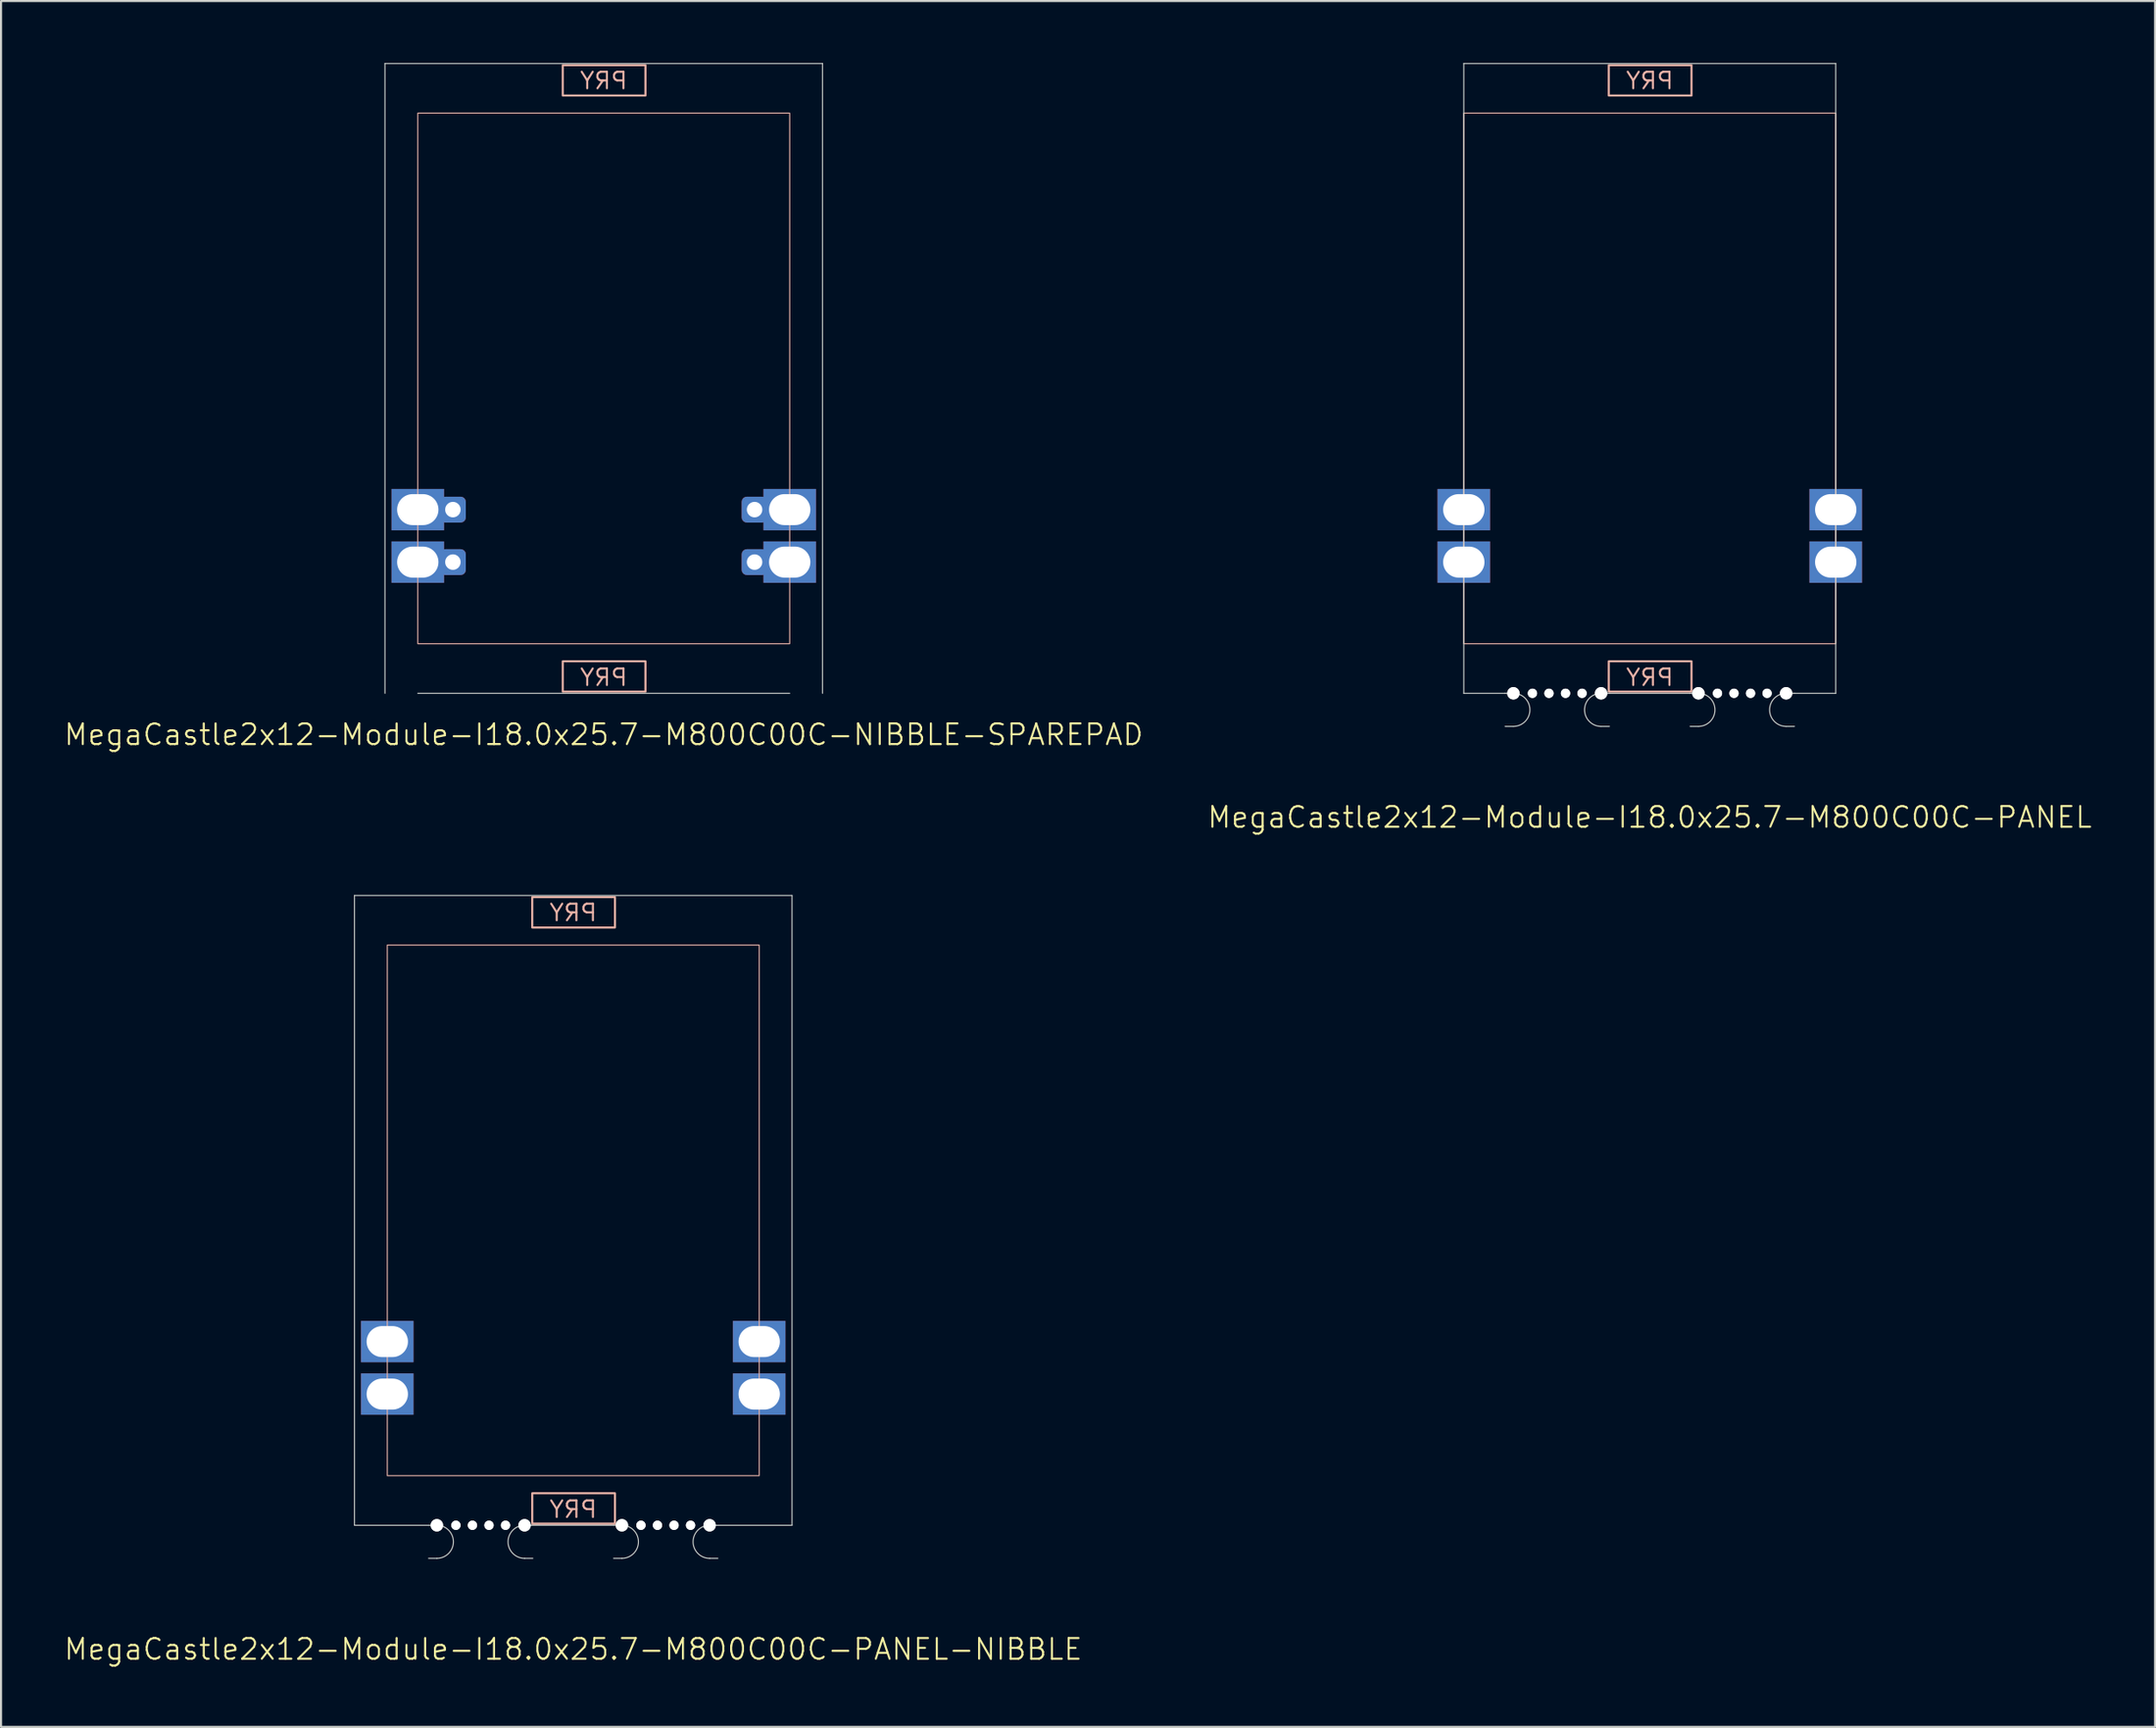
<source format=kicad_pcb>
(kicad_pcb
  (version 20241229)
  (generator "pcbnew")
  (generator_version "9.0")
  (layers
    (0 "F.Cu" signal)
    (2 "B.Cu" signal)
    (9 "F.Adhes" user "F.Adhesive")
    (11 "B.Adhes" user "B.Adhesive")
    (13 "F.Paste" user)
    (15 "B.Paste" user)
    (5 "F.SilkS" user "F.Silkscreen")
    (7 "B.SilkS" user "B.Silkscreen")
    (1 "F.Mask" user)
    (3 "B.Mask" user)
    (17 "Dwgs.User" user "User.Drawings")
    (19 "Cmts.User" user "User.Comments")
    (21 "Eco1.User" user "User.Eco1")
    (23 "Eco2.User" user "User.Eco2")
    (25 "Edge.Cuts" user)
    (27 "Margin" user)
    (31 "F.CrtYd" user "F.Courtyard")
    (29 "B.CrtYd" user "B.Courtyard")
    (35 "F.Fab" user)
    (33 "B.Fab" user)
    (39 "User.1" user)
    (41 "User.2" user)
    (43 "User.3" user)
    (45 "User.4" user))
  (footprint "MegaCastle2x12-Module-I18.0x25.7-M800C00C-PANEL-NIBBLE"
    (layer "F.Cu")
    (at 24.693 55.531)
    (property "Reference" "MegaCastle2x12-Module-I18.0x25.7-M800C00C-PANEL-NIBBLE" (at 0 21.24 0) (unlocked yes) (layer "F.SilkS") (effects (font (size 1 1) (thickness 0.1))))
    (attr smd)
    (fp_rect (start -9 12.84) (end 9 -12.84) (stroke (width 0.05) (type default)) (fill no) (layer "B.SilkS"))
    (fp_rect (start -1.984 -13.691) (end 2.02 -15.16) (stroke (width 0.1) (type default)) (fill no) (layer "B.SilkS"))
    (fp_rect (start -1.984 13.691) (end 2.02 15.16) (stroke (width 0.1) (type default)) (fill no) (layer "B.SilkS"))
    (fp_line (start -10.588 -15.24) (end -10.588 15.24) (stroke (width 0.05) (type default)) (layer "Edge.Cuts"))
    (fp_line (start -10.588 -15.24) (end 10.588 -15.24) (stroke (width 0.05) (type default)) (layer "Edge.Cuts"))
    (fp_line (start -10.588 15.24) (end -7 15.24) (stroke (width 0.05) (type default)) (layer "Edge.Cuts"))
    (fp_line (start -7 15.24) (end -6.6 15.24) (stroke (width 0.05) (type default)) (layer "Edge.Cuts"))
    (fp_line (start -7 16.84) (end -6.6 16.84) (stroke (width 0.05) (type default)) (layer "Edge.Cuts"))
    (fp_line (start -1.955 15.24) (end -2.355 15.24) (stroke (width 0.05) (type default)) (layer "Edge.Cuts"))
    (fp_line (start -1.955 15.24) (end 1.955 15.24) (stroke (width 0.05) (type default)) (layer "Edge.Cuts"))
    (fp_line (start -1.955 16.84) (end -2.355 16.84) (stroke (width 0.05) (type default)) (layer "Edge.Cuts"))
    (fp_line (start 1.955 15.24) (end 2.355 15.24) (stroke (width 0.05) (type default)) (layer "Edge.Cuts"))
    (fp_line (start 1.955 16.84) (end 2.355 16.84) (stroke (width 0.05) (type default)) (layer "Edge.Cuts"))
    (fp_line (start 7 15.24) (end 6.6 15.24) (stroke (width 0.05) (type default)) (layer "Edge.Cuts"))
    (fp_line (start 7 15.24) (end 10.588 15.24) (stroke (width 0.05) (type default)) (layer "Edge.Cuts"))
    (fp_line (start 7 16.84) (end 6.6 16.84) (stroke (width 0.05) (type default)) (layer "Edge.Cuts"))
    (fp_line (start 10.588 -15.24) (end 10.588 15.24) (stroke (width 0.05) (type default)) (layer "Edge.Cuts"))
    (fp_arc (start -6.6 15.24) (mid -5.8 16.040001) (end -6.6 16.84) (stroke (width 0.05) (type default)) (layer "Edge.Cuts"))
    (fp_arc (start -2.355 16.84) (mid -3.155 16.04) (end -2.355 15.24) (stroke (width 0.05) (type default)) (layer "Edge.Cuts"))
    (fp_arc (start 2.355 15.24) (mid 3.155 16.040001) (end 2.355 16.84) (stroke (width 0.05) (type default)) (layer "Edge.Cuts"))
    (fp_arc (start 6.6 16.84) (mid 5.8 16.04) (end 6.6 15.24) (stroke (width 0.05) (type default)) (layer "Edge.Cuts"))
    (fp_text user "PRY" (at 0 -13.94 0) (unlocked yes) (layer "B.SilkS") (effects (font (size 0.8 0.8) (thickness 0.1)) (justify bottom mirror)))
    (fp_text user "PRY" (at 0 14.94 0) (unlocked yes) (layer "B.SilkS") (effects (font (size 0.8 0.8) (thickness 0.1)) (justify bottom mirror)))
    (pad "" np_thru_hole circle (at -6.6 15.24) (size 0.6 0.6) (drill 0.6) (layers "*.Cu" "Edge.Cuts"))
    (pad "" np_thru_hole circle (at -5.678 15.24) (size 0.45 0.45) (drill 0.45) (layers "*.Cu" "Edge.Cuts"))
    (pad "" np_thru_hole circle (at -4.878 15.24) (size 0.45 0.45) (drill 0.45) (layers "*.Cu" "Edge.Cuts"))
    (pad "" np_thru_hole circle (at -4.077 15.24) (size 0.45 0.45) (drill 0.45) (layers "*.Cu" "Edge.Cuts"))
    (pad "" np_thru_hole circle (at -3.277 15.24) (size 0.45 0.45) (drill 0.45) (layers "*.Cu" "Edge.Cuts"))
    (pad "" np_thru_hole circle (at -2.355 15.24) (size 0.6 0.6) (drill 0.6) (layers "*.Cu" "Edge.Cuts"))
    (pad "" np_thru_hole circle (at 2.355 15.24) (size 0.6 0.6) (drill 0.6) (layers "*.Cu" "Edge.Cuts"))
    (pad "" np_thru_hole circle (at 3.277 15.24) (size 0.45 0.45) (drill 0.45) (layers "*.Cu" "Edge.Cuts"))
    (pad "" np_thru_hole circle (at 4.077 15.24) (size 0.45 0.45) (drill 0.45) (layers "*.Cu" "Edge.Cuts"))
    (pad "" np_thru_hole circle (at 4.878 15.24) (size 0.45 0.45) (drill 0.45) (layers "*.Cu" "Edge.Cuts"))
    (pad "" np_thru_hole circle (at 5.678 15.24) (size 0.45 0.45) (drill 0.45) (layers "*.Cu" "Edge.Cuts"))
    (pad "" np_thru_hole circle (at 6.6 15.24) (size 0.6 0.6) (drill 0.6) (layers "*.Cu" "Edge.Cuts"))
    (pad "9" thru_hole rect (at -9 6.35) (size 2.54 2) (drill oval 2 1.5) (property pad_prop_castellated) (layers "*.Cu" "*.Mask"))
    (pad "10" thru_hole rect (at -9 8.89) (size 2.54 2) (drill oval 2 1.5) (property pad_prop_castellated) (layers "*.Cu" "*.Mask"))
    (pad "21" thru_hole rect (at 9 6.35) (size 2.54 2) (drill oval 2 1.5) (property pad_prop_castellated) (layers "*.Cu" "*.Mask"))
    (pad "22" thru_hole rect (at 9 8.89) (size 2.54 2) (drill oval 2 1.5) (property pad_prop_castellated) (layers "*.Cu" "*.Mask"))
    (zone (net_name "") (layer "B.Cu") (hatch edge 0.5) (connect_pads) (min_thickness 0.25) (filled_areas_thickness no) (keepout (tracks allowed) (vias allowed) (pads allowed) (copperpour allowed) (footprints not_allowed)) (placement (enabled no)) (fill) (polygon (pts (xy 15.693 70.77) (xy 15.693 40.291))))
    (zone (net_name "") (layer "B.Cu") (hatch edge 0.5) (connect_pads) (min_thickness 0.25) (filled_areas_thickness no) (keepout (tracks allowed) (vias allowed) (pads allowed) (copperpour allowed) (footprints not_allowed)) (placement (enabled no)) (fill) (polygon (pts (xy 33.693 70.77) (xy 33.693 40.291))))
    (zone (net_name "") (layer "B.Cu") (hatch edge 0.5) (connect_pads) (min_thickness 0.25) (filled_areas_thickness no) (keepout (tracks allowed) (vias allowed) (pads allowed) (copperpour allowed) (footprints not_allowed)) (placement (enabled no)) (fill) (polygon (pts (xy 15.693 40.291) (xy 15.693 42.691) (xy 33.693 42.691) (xy 33.693 40.291))))
    (zone (net_name "") (layer "B.Cu") (hatch edge 0.5) (connect_pads) (min_thickness 0.25) (filled_areas_thickness no) (keepout (tracks allowed) (vias allowed) (pads allowed) (copperpour allowed) (footprints not_allowed)) (placement (enabled no)) (fill) (polygon (pts (xy 15.693 70.77) (xy 15.693 68.371) (xy 33.693 68.371) (xy 33.693 70.77))))
    (zone (net_name "") (layer "B.Cu") (name "Upper Pry Zone") (hatch edge 0.5) (connect_pads) (min_thickness 0.25) (filled_areas_thickness no) (keepout (tracks not_allowed) (vias not_allowed) (pads not_allowed) (copperpour allowed) (footprints not_allowed)) (placement (enabled no)) (fill) (polygon (pts (xy 22.709 41.839) (xy 22.709 40.37) (xy 26.712 40.37) (xy 26.712 41.839))))
    (zone (net_name "") (layer "B.Cu") (name "Upper Pry Zone") (hatch edge 0.5) (connect_pads) (min_thickness 0.25) (filled_areas_thickness no) (keepout (tracks not_allowed) (vias not_allowed) (pads not_allowed) (copperpour allowed) (footprints not_allowed)) (placement (enabled no)) (fill) (polygon (pts (xy 22.709 69.222) (xy 22.709 70.691) (xy 26.712 70.691) (xy 26.712 69.222)))))
  (footprint "MegaCastle2x12-Module-I18.0x25.7-M800C00C-PANEL"
    (layer "F.Cu")
    (at 76.793 15.265)
    (property "Reference" "MegaCastle2x12-Module-I18.0x25.7-M800C00C-PANEL" (at 0 21.24 0) (unlocked yes) (layer "F.SilkS") (effects (font (size 1 1) (thickness 0.1))))
    (attr smd)
    (fp_rect (start -9 12.84) (end 9 -12.84) (stroke (width 0.05) (type default)) (fill no) (layer "B.SilkS"))
    (fp_rect (start -1.984 -13.691) (end 2.02 -15.16) (stroke (width 0.1) (type default)) (fill no) (layer "B.SilkS"))
    (fp_rect (start -1.984 13.691) (end 2.02 15.16) (stroke (width 0.1) (type default)) (fill no) (layer "B.SilkS"))
    (fp_line (start -9 -15.24) (end -9 15.24) (stroke (width 0.05) (type default)) (layer "Edge.Cuts"))
    (fp_line (start -9 -15.24) (end 9 -15.24) (stroke (width 0.05) (type default)) (layer "Edge.Cuts"))
    (fp_line (start -9 15.24) (end -7 15.24) (stroke (width 0.05) (type default)) (layer "Edge.Cuts"))
    (fp_line (start -7 15.24) (end -6.6 15.24) (stroke (width 0.05) (type default)) (layer "Edge.Cuts"))
    (fp_line (start -7 16.84) (end -6.6 16.84) (stroke (width 0.05) (type default)) (layer "Edge.Cuts"))
    (fp_line (start -1.955 15.24) (end -2.355 15.24) (stroke (width 0.05) (type default)) (layer "Edge.Cuts"))
    (fp_line (start -1.955 15.24) (end 1.955 15.24) (stroke (width 0.05) (type default)) (layer "Edge.Cuts"))
    (fp_line (start -1.955 16.84) (end -2.355 16.84) (stroke (width 0.05) (type default)) (layer "Edge.Cuts"))
    (fp_line (start 1.955 15.24) (end 2.355 15.24) (stroke (width 0.05) (type default)) (layer "Edge.Cuts"))
    (fp_line (start 1.955 16.84) (end 2.355 16.84) (stroke (width 0.05) (type default)) (layer "Edge.Cuts"))
    (fp_line (start 7 15.24) (end 6.6 15.24) (stroke (width 0.05) (type default)) (layer "Edge.Cuts"))
    (fp_line (start 7 15.24) (end 9 15.24) (stroke (width 0.05) (type default)) (layer "Edge.Cuts"))
    (fp_line (start 7 16.84) (end 6.6 16.84) (stroke (width 0.05) (type default)) (layer "Edge.Cuts"))
    (fp_line (start 9 -15.24) (end 9 15.24) (stroke (width 0.05) (type default)) (layer "Edge.Cuts"))
    (fp_arc (start -6.6 15.24) (mid -5.8 16.040001) (end -6.6 16.84) (stroke (width 0.05) (type default)) (layer "Edge.Cuts"))
    (fp_arc (start -2.355 16.84) (mid -3.155 16.04) (end -2.355 15.24) (stroke (width 0.05) (type default)) (layer "Edge.Cuts"))
    (fp_arc (start 2.355 15.24) (mid 3.155 16.040001) (end 2.355 16.84) (stroke (width 0.05) (type default)) (layer "Edge.Cuts"))
    (fp_arc (start 6.6 16.84) (mid 5.8 16.04) (end 6.6 15.24) (stroke (width 0.05) (type default)) (layer "Edge.Cuts"))
    (fp_text user "PRY" (at 0 -13.94 0) (unlocked yes) (layer "B.SilkS") (effects (font (size 0.8 0.8) (thickness 0.1)) (justify bottom mirror)))
    (fp_text user "PRY" (at 0 14.94 0) (unlocked yes) (layer "B.SilkS") (effects (font (size 0.8 0.8) (thickness 0.1)) (justify bottom mirror)))
    (pad "" np_thru_hole circle (at -6.6 15.24) (size 0.6 0.6) (drill 0.6) (layers "*.Cu" "Edge.Cuts"))
    (pad "" np_thru_hole circle (at -5.678 15.24) (size 0.45 0.45) (drill 0.45) (layers "*.Cu" "Edge.Cuts"))
    (pad "" np_thru_hole circle (at -4.878 15.24) (size 0.45 0.45) (drill 0.45) (layers "*.Cu" "Edge.Cuts"))
    (pad "" np_thru_hole circle (at -4.077 15.24) (size 0.45 0.45) (drill 0.45) (layers "*.Cu" "Edge.Cuts"))
    (pad "" np_thru_hole circle (at -3.277 15.24) (size 0.45 0.45) (drill 0.45) (layers "*.Cu" "Edge.Cuts"))
    (pad "" np_thru_hole circle (at -2.355 15.24) (size 0.6 0.6) (drill 0.6) (layers "*.Cu" "Edge.Cuts"))
    (pad "" np_thru_hole circle (at 2.355 15.24) (size 0.6 0.6) (drill 0.6) (layers "*.Cu" "Edge.Cuts"))
    (pad "" np_thru_hole circle (at 3.277 15.24) (size 0.45 0.45) (drill 0.45) (layers "*.Cu" "Edge.Cuts"))
    (pad "" np_thru_hole circle (at 4.077 15.24) (size 0.45 0.45) (drill 0.45) (layers "*.Cu" "Edge.Cuts"))
    (pad "" np_thru_hole circle (at 4.878 15.24) (size 0.45 0.45) (drill 0.45) (layers "*.Cu" "Edge.Cuts"))
    (pad "" np_thru_hole circle (at 5.678 15.24) (size 0.45 0.45) (drill 0.45) (layers "*.Cu" "Edge.Cuts"))
    (pad "" np_thru_hole circle (at 6.6 15.24) (size 0.6 0.6) (drill 0.6) (layers "*.Cu" "Edge.Cuts"))
    (pad "9" thru_hole rect (at -9 6.35) (size 2.54 2) (drill oval 2 1.5) (property pad_prop_castellated) (layers "*.Cu" "*.Mask"))
    (pad "10" thru_hole rect (at -9 8.89) (size 2.54 2) (drill oval 2 1.5) (property pad_prop_castellated) (layers "*.Cu" "*.Mask"))
    (pad "21" thru_hole rect (at 9 6.35) (size 2.54 2) (drill oval 2 1.5) (property pad_prop_castellated) (layers "*.Cu" "*.Mask"))
    (pad "22" thru_hole rect (at 9 8.89) (size 2.54 2) (drill oval 2 1.5) (property pad_prop_castellated) (layers "*.Cu" "*.Mask"))
    (zone (net_name "") (layer "B.Cu") (hatch edge 0.5) (connect_pads) (min_thickness 0.25) (filled_areas_thickness no) (keepout (tracks allowed) (vias allowed) (pads allowed) (copperpour allowed) (footprints not_allowed)) (placement (enabled no)) (fill) (polygon (pts (xy 67.793 30.505) (xy 67.793 0.025))))
    (zone (net_name "") (layer "B.Cu") (hatch edge 0.5) (connect_pads) (min_thickness 0.25) (filled_areas_thickness no) (keepout (tracks allowed) (vias allowed) (pads allowed) (copperpour allowed) (footprints not_allowed)) (placement (enabled no)) (fill) (polygon (pts (xy 85.793 30.505) (xy 85.793 0.025))))
    (zone (net_name "") (layer "B.Cu") (hatch edge 0.5) (connect_pads) (min_thickness 0.25) (filled_areas_thickness no) (keepout (tracks allowed) (vias allowed) (pads allowed) (copperpour allowed) (footprints not_allowed)) (placement (enabled no)) (fill) (polygon (pts (xy 67.793 0.025) (xy 67.793 2.425) (xy 85.793 2.425) (xy 85.793 0.025))))
    (zone (net_name "") (layer "B.Cu") (hatch edge 0.5) (connect_pads) (min_thickness 0.25) (filled_areas_thickness no) (keepout (tracks allowed) (vias allowed) (pads allowed) (copperpour allowed) (footprints not_allowed)) (placement (enabled no)) (fill) (polygon (pts (xy 67.793 30.505) (xy 67.793 28.105) (xy 85.793 28.105) (xy 85.793 30.505))))
    (zone (net_name "") (layer "B.Cu") (name "Upper Pry Zone") (hatch edge 0.5) (connect_pads) (min_thickness 0.25) (filled_areas_thickness no) (keepout (tracks not_allowed) (vias not_allowed) (pads not_allowed) (copperpour allowed) (footprints not_allowed)) (placement (enabled no)) (fill) (polygon (pts (xy 74.809 1.574) (xy 74.809 0.105) (xy 78.812 0.105) (xy 78.812 1.574))))
    (zone (net_name "") (layer "B.Cu") (name "Upper Pry Zone") (hatch edge 0.5) (connect_pads) (min_thickness 0.25) (filled_areas_thickness no) (keepout (tracks not_allowed) (vias not_allowed) (pads not_allowed) (copperpour allowed) (footprints not_allowed)) (placement (enabled no)) (fill) (polygon (pts (xy 74.809 28.956) (xy 74.809 30.425) (xy 78.812 30.425) (xy 78.812 28.956)))))
  (footprint "MegaCastle2x12-Module-I18.0x25.7-M800C00C-NIBBLE-SPAREPAD"
    (layer "F.Cu")
    (at 26.169 15.265)
    (property "Reference" "MegaCastle2x12-Module-I18.0x25.7-M800C00C-NIBBLE-SPAREPAD" (at 0 17.24 0) (unlocked yes) (layer "F.SilkS") (effects (font (size 1 1) (thickness 0.1))))
    (attr smd)
    (fp_rect (start -9 12.84) (end 9 -12.84) (stroke (width 0.05) (type default)) (fill no) (layer "B.SilkS"))
    (fp_rect (start -1.984 -13.691) (end 2.02 -15.16) (stroke (width 0.1) (type default)) (fill no) (layer "B.SilkS"))
    (fp_rect (start -1.984 13.691) (end 2.02 15.16) (stroke (width 0.1) (type default)) (fill no) (layer "B.SilkS"))
    (fp_line (start -10.588 -15.24) (end -10.588 15.24) (stroke (width 0.05) (type default)) (layer "Edge.Cuts"))
    (fp_line (start -10.588 -15.24) (end 10.588 -15.24) (stroke (width 0.05) (type default)) (layer "Edge.Cuts"))
    (fp_line (start -9 15.24) (end 9 15.24) (stroke (width 0.05) (type default)) (layer "Edge.Cuts"))
    (fp_line (start 10.588 -15.24) (end 10.588 15.24) (stroke (width 0.05) (type default)) (layer "Edge.Cuts"))
    (fp_text user "PRY" (at 0 14.94 0) (unlocked yes) (layer "B.SilkS") (effects (font (size 0.8 0.8) (thickness 0.1)) (justify bottom mirror)))
    (fp_text user "PRY" (at 0 -13.94 0) (unlocked yes) (layer "B.SilkS") (effects (font (size 0.8 0.8) (thickness 0.1)) (justify bottom mirror)))
    (pad "9" thru_hole rect (at -9 6.35) (size 2.54 2) (drill oval 2 1.5) (property pad_prop_castellated) (layers "*.Cu" "*.Mask"))
    (pad "9" thru_hole roundrect (at -7.3 6.35 180) (size 1.25 1.25) (drill 0.75) (layers "*.Cu" "*.Mask") (roundrect_rratio 0.2))
    (pad "10" thru_hole rect (at -9 8.89) (size 2.54 2) (drill oval 2 1.5) (property pad_prop_castellated) (layers "*.Cu" "*.Mask"))
    (pad "10" thru_hole roundrect (at -7.3 8.89 180) (size 1.25 1.25) (drill 0.75) (layers "*.Cu" "*.Mask") (roundrect_rratio 0.2))
    (pad "21" thru_hole roundrect (at 7.3 6.35 180) (size 1.25 1.25) (drill 0.75) (layers "*.Cu" "*.Mask") (roundrect_rratio 0.2))
    (pad "21" thru_hole rect (at 9 6.35) (size 2.54 2) (drill oval 2 1.5) (property pad_prop_castellated) (layers "*.Cu" "*.Mask"))
    (pad "22" thru_hole roundrect (at 7.3 8.89 180) (size 1.25 1.25) (drill 0.75) (layers "*.Cu" "*.Mask") (roundrect_rratio 0.2))
    (pad "22" thru_hole rect (at 9 8.89) (size 2.54 2) (drill oval 2 1.5) (property pad_prop_castellated) (layers "*.Cu" "*.Mask"))
    (zone (net_name "") (layer "B.Cu") (hatch edge 0.5) (connect_pads) (min_thickness 0.25) (filled_areas_thickness no) (keepout (tracks allowed) (vias allowed) (pads allowed) (copperpour allowed) (footprints not_allowed)) (placement (enabled no)) (fill) (polygon (pts (xy 17.169 30.505) (xy 17.169 0.025))))
    (zone (net_name "") (layer "B.Cu") (hatch edge 0.5) (connect_pads) (min_thickness 0.25) (filled_areas_thickness no) (keepout (tracks allowed) (vias allowed) (pads allowed) (copperpour allowed) (footprints not_allowed)) (placement (enabled no)) (fill) (polygon (pts (xy 35.169 30.505) (xy 35.169 0.025))))
    (zone (net_name "") (layer "B.Cu") (hatch edge 0.5) (connect_pads) (min_thickness 0.25) (filled_areas_thickness no) (keepout (tracks allowed) (vias allowed) (pads allowed) (copperpour allowed) (footprints not_allowed)) (placement (enabled no)) (fill) (polygon (pts (xy 17.169 0.025) (xy 17.169 2.425) (xy 35.169 2.425) (xy 35.169 0.025))))
    (zone (net_name "") (layer "B.Cu") (hatch edge 0.5) (connect_pads) (min_thickness 0.25) (filled_areas_thickness no) (keepout (tracks allowed) (vias allowed) (pads allowed) (copperpour allowed) (footprints not_allowed)) (placement (enabled no)) (fill) (polygon (pts (xy 17.169 30.505) (xy 17.169 28.105) (xy 35.169 28.105) (xy 35.169 30.505))))
    (zone (net_name "") (layer "B.Cu") (name "Upper Pry Zone") (hatch edge 0.5) (connect_pads) (min_thickness 0.25) (filled_areas_thickness no) (keepout (tracks not_allowed) (vias not_allowed) (pads not_allowed) (copperpour allowed) (footprints not_allowed)) (placement (enabled no)) (fill) (polygon (pts (xy 24.185 1.574) (xy 24.185 0.105) (xy 28.189 0.105) (xy 28.189 1.574))))
    (zone (net_name "") (layer "B.Cu") (name "Upper Pry Zone") (hatch edge 0.5) (connect_pads) (min_thickness 0.25) (filled_areas_thickness no) (keepout (tracks not_allowed) (vias not_allowed) (pads not_allowed) (copperpour allowed) (footprints not_allowed)) (placement (enabled no)) (fill) (polygon (pts (xy 24.185 28.956) (xy 24.185 30.425) (xy 28.189 30.425) (xy 28.189 28.956)))))
  (gr_rect
    (start -3 -3)
    (end 101.248 80.531)
    (stroke (width 0.1) (type default))
    (fill no)
    (layer "Edge.Cuts")))
</source>
